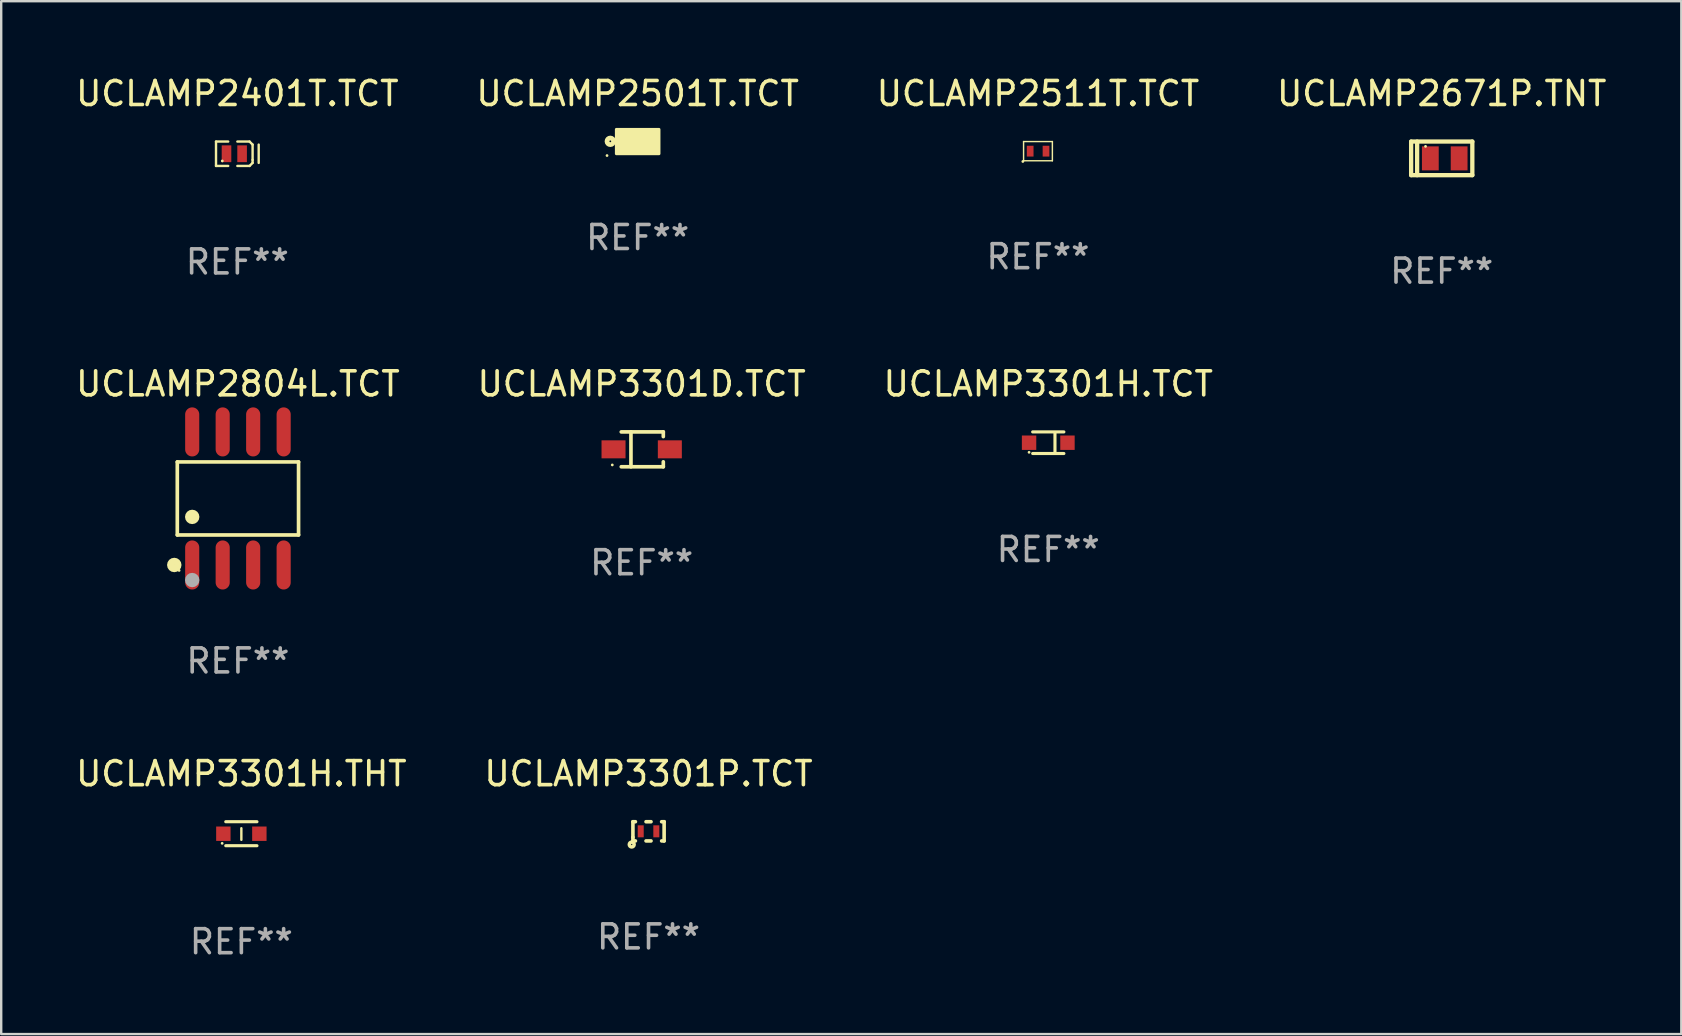
<source format=kicad_pcb>
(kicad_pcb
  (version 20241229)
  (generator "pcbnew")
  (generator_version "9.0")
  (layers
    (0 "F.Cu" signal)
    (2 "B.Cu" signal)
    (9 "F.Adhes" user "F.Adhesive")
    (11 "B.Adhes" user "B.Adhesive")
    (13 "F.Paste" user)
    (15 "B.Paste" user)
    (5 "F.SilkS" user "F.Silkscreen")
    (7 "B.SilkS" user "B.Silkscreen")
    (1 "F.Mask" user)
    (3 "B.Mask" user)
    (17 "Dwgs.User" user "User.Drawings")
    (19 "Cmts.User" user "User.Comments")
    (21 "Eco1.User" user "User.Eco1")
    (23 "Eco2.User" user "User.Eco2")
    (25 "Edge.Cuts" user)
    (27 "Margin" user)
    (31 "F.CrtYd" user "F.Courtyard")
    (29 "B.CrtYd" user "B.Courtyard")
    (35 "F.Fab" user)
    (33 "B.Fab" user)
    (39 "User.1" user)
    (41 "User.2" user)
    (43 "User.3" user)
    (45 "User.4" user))
  (footprint "UCLAMP3301H.TCT"
    (layer "F.Cu")
    (at 40.625 15.395)
    (property "Reference" "UCLAMP3301H.TCT" (at 0 -2.45 0) (layer "F.SilkS") (effects (font (size 1 1) (thickness 0.15))))
    (attr through_hole)
    (fp_line (start -0.65 -0.45) (end 0.65 -0.45) (stroke (width 0.13) (type solid)) (layer "F.SilkS"))
    (fp_line (start -0.65 0.45) (end 0.65 0.45) (stroke (width 0.13) (type solid)) (layer "F.SilkS"))
    (fp_line (start 0.279 -0.406) (end 0.279 0.444) (stroke (width 0.13) (type solid)) (layer "F.SilkS"))
    (fp_circle (center -0.8 0.4) (end -0.77 0.4) (stroke (width 0.06) (type solid)) (fill no) (layer "F.SilkS"))
    (fp_text user "REF**" (at 0 4.45 0) (layer "F.Fab") (effects (font (size 1 1) (thickness 0.15))))
    (pad "1" smd rect (at -0.8 0) (size 0.6 0.6) (layers "F.Cu" "F.Mask" "F.Paste"))
    (pad "2" smd rect (at 0.8 0 180) (size 0.6 0.6) (layers "F.Cu" "F.Mask" "F.Paste")))
  (footprint "UCLAMP2671P.TNT"
    (layer "F.Cu")
    (at 57.018 3.548)
    (property "Reference" "UCLAMP2671P.TNT" (at 0 -2.7 0) (layer "F.SilkS") (effects (font (size 1 1) (thickness 0.15))))
    (attr through_hole)
    (fp_line (start -1.275 -0.7) (end -1.275 0.7) (stroke (width 0.178) (type solid)) (layer "F.SilkS"))
    (fp_line (start -1.275 -0.7) (end 1.275 -0.7) (stroke (width 0.178) (type solid)) (layer "F.SilkS"))
    (fp_line (start -1.275 0.7) (end 1.275 0.7) (stroke (width 0.178) (type solid)) (layer "F.SilkS"))
    (fp_line (start -1.025 -0.7) (end -1.025 0.7) (stroke (width 0.178) (type solid)) (layer "F.SilkS"))
    (fp_line (start 1.275 -0.7) (end 1.275 0.7) (stroke (width 0.178) (type solid)) (layer "F.SilkS"))
    (fp_circle (center -0.675 -0.5) (end -0.645 -0.5) (stroke (width 0.06) (type solid)) (fill no) (layer "F.SilkS"))
    (fp_text user "REF**" (at 0 4.7 0) (layer "F.Fab") (effects (font (size 1 1) (thickness 0.15))))
    (pad "1" smd rect (at -0.475 0 90) (size 1 0.7) (layers "F.Cu" "F.Mask" "F.Paste"))
    (pad "2" smd rect (at 0.725 0 90) (size 1 0.7) (layers "F.Cu" "F.Mask" "F.Paste")))
  (footprint "UCLAMP2511T.TCT"
    (layer "F.Cu")
    (at 40.196 3.248)
    (property "Reference" "UCLAMP2511T.TCT" (at 0 -2.4 0) (layer "F.SilkS") (effects (font (size 1 1) (thickness 0.15))))
    (attr through_hole)
    (fp_line (start -0.6 -0.4) (end 0.6 -0.4) (stroke (width 0.06) (type solid)) (layer "F.SilkS"))
    (fp_line (start -0.6 0.4) (end -0.6 -0.4) (stroke (width 0.06) (type solid)) (layer "F.SilkS"))
    (fp_line (start 0.6 -0.4) (end 0.6 0.4) (stroke (width 0.06) (type solid)) (layer "F.SilkS"))
    (fp_line (start 0.6 0.4) (end -0.6 0.4) (stroke (width 0.06) (type solid)) (layer "F.SilkS"))
    (fp_circle (center -0.63 0.43) (end -0.6 0.43) (stroke (width 0.06) (type solid)) (fill no) (layer "F.SilkS"))
    (fp_text user "REF**" (at 0 4.4 0) (layer "F.Fab") (effects (font (size 1 1) (thickness 0.15))))
    (pad "1" smd rect (at -0.325 0) (size 0.28 0.45) (layers "F.Cu" "F.Mask" "F.Paste"))
    (pad "2" smd rect (at 0.335 0) (size 0.28 0.45) (layers "F.Cu" "F.Mask" "F.Paste")))
  (footprint "UCLAMP3301D.TCT"
    (layer "F.Cu")
    (at 23.685 15.671)
    (property "Reference" "UCLAMP3301D.TCT" (at 0 -2.726 0) (layer "F.SilkS") (effects (font (size 1 1) (thickness 0.15))))
    (attr through_hole)
    (fp_line (start -0.851 -0.726) (end 0.901 -0.726) (stroke (width 0.152) (type solid)) (layer "F.SilkS"))
    (fp_line (start -0.851 0.726) (end 0.901 0.726) (stroke (width 0.152) (type solid)) (layer "F.SilkS"))
    (fp_line (start -0.447 -0.726) (end -0.447 0.726) (stroke (width 0.152) (type solid)) (layer "F.SilkS"))
    (fp_line (start 0.901 -0.726) (end 0.901 -0.53) (stroke (width 0.152) (type solid)) (layer "F.SilkS"))
    (fp_line (start 0.901 0.726) (end 0.901 0.52) (stroke (width 0.152) (type solid)) (layer "F.SilkS"))
    (fp_circle (center -1.225 0.65) (end -1.195 0.65) (stroke (width 0.06) (type solid)) (fill no) (layer "F.SilkS"))
    (fp_text user "REF**" (at 0 4.726 0) (layer "F.Fab") (effects (font (size 1 1) (thickness 0.15))))
    (pad "1" smd rect (at -1.173 0) (size 1 0.75) (layers "F.Cu" "F.Mask" "F.Paste"))
    (pad "2" smd rect (at 1.173 0) (size 1 0.75) (layers "F.Cu" "F.Mask" "F.Paste")))
  (footprint "UCLAMP2401T.TCT"
    (layer "F.Cu")
    (at 6.839 3.356)
    (property "Reference" "UCLAMP2401T.TCT" (at 0 -2.508 0) (layer "F.SilkS") (effects (font (size 1 1) (thickness 0.15))))
    (attr through_hole)
    (fp_line (start -0.889 -0.508) (end -0.889 0.508) (stroke (width 0.1) (type solid)) (layer "F.SilkS"))
    (fp_line (start -0.889 0.508) (end -0.381 0.508) (stroke (width 0.1) (type solid)) (layer "F.SilkS"))
    (fp_line (start -0.381 -0.508) (end -0.889 -0.508) (stroke (width 0.1) (type solid)) (layer "F.SilkS"))
    (fp_line (start 0 -0.508) (end 0.508 -0.508) (stroke (width 0.1) (type solid)) (layer "F.SilkS"))
    (fp_line (start 0.508 -0.508) (end 0.635 -0.381) (stroke (width 0.1) (type solid)) (layer "F.SilkS"))
    (fp_line (start 0.508 0.508) (end 0 0.508) (stroke (width 0.1) (type solid)) (layer "F.SilkS"))
    (fp_line (start 0.635 -0.381) (end 0.635 0.254) (stroke (width 0.1) (type solid)) (layer "F.SilkS"))
    (fp_line (start 0.635 0.254) (end 0.635 0.381) (stroke (width 0.1) (type solid)) (layer "F.SilkS"))
    (fp_line (start 0.635 0.381) (end 0.508 0.508) (stroke (width 0.1) (type solid)) (layer "F.SilkS"))
    (fp_line (start 0.889 -0.381) (end 0.889 0.381) (stroke (width 0.1) (type solid)) (layer "F.SilkS"))
    (fp_circle (center -0.627 0.3) (end -0.597 0.3) (stroke (width 0.06) (type solid)) (fill no) (layer "F.SilkS"))
    (fp_text user "REF**" (at 0 4.508 0) (layer "F.Fab") (effects (font (size 1 1) (thickness 0.15))))
    (pad "1" smd rect (at -0.452 0) (size 0.4 0.7) (layers "F.Cu" "F.Mask" "F.Paste"))
    (pad "2" smd rect (at 0.198 0) (size 0.4 0.7) (layers "F.Cu" "F.Mask" "F.Paste")))
  (footprint "UCLAMP3301H.THT"
    (layer "F.Cu")
    (at 7.006 31.686)
    (property "Reference" "UCLAMP3301H.THT" (at 0 -2.5 0) (layer "F.SilkS") (effects (font (size 1 1) (thickness 0.15))))
    (attr through_hole)
    (fp_line (start -0.65 -0.5) (end 0.65 -0.5) (stroke (width 0.13) (type solid)) (layer "F.SilkS"))
    (fp_line (start -0.65 0.5) (end 0.65 0.5) (stroke (width 0.13) (type solid)) (layer "F.SilkS"))
    (fp_line (start 0 -0.229) (end 0 0.254) (stroke (width 0.1) (type solid)) (layer "F.SilkS"))
    (fp_circle (center -0.8 0.4) (end -0.77 0.4) (stroke (width 0.06) (type solid)) (fill no) (layer "F.SilkS"))
    (fp_text user "REF**" (at 0 4.5 0) (layer "F.Fab") (effects (font (size 1 1) (thickness 0.15))))
    (pad "1" smd rect (at -0.75 0) (size 0.6 0.6) (layers "F.Cu" "F.Mask" "F.Paste"))
    (pad "2" smd rect (at 0.75 0 180) (size 0.6 0.6) (layers "F.Cu" "F.Mask" "F.Paste")))
  (footprint "UCLAMP2501T.TCT"
    (layer "F.Cu")
    (at 23.518 2.848)
    (property "Reference" "UCLAMP2501T.TCT" (at 0 -2 0) (layer "F.SilkS") (effects (font (size 1 1) (thickness 0.15))))
    (attr through_hole)
    (fp_circle (center -1.277 0.583) (end -1.247 0.583) (stroke (width 0.06) (type solid)) (fill no) (layer "F.SilkS"))
    (fp_circle (center -1.14 -0.01) (end -1.103 -0.01) (stroke (width 0.2) (type solid)) (fill no) (layer "F.SilkS"))
    (fp_poly (pts (xy -0.889 -0.508) (xy 0.889 -0.508) (xy 0.889 0.508) (xy -0.889 0.508)) (stroke (width 0.12) (type solid)) (fill yes) (layer "F.SilkS"))
    (fp_text user "REF**" (at 0 4 0) (layer "F.Fab") (effects (font (size 1 1) (thickness 0.15))))
    (pad "1" smd rect (at -0.425 0) (size 0.55 0.6) (layers "F.Cu" "F.Mask" "F.Paste"))
    (pad "2" smd rect (at 0.425 0) (size 0.55 0.6) (layers "F.Cu" "F.Mask" "F.Paste")))
  (footprint "UCLAMP2804L.TCT"
    (layer "F.Cu")
    (at 6.863 17.717)
    (property "Reference" "UCLAMP2804L.TCT" (at 0 -4.772 0) (layer "F.SilkS") (effects (font (size 1 1) (thickness 0.15))))
    (attr through_hole)
    (fp_line (start -2.526 -1.521) (end 2.526 -1.521) (stroke (width 0.152) (type solid)) (layer "F.SilkS"))
    (fp_line (start -2.526 1.521) (end -2.526 -1.521) (stroke (width 0.152) (type solid)) (layer "F.SilkS"))
    (fp_line (start 2.526 -1.521) (end 2.526 1.521) (stroke (width 0.152) (type solid)) (layer "F.SilkS"))
    (fp_line (start 2.526 1.521) (end -2.526 1.521) (stroke (width 0.152) (type solid)) (layer "F.SilkS"))
    (fp_circle (center -2.652 2.772) (end -2.501 2.772) (stroke (width 0.3) (type solid)) (fill no) (layer "F.SilkS"))
    (fp_circle (center -2.45 3) (end -2.42 3) (stroke (width 0.06) (type solid)) (fill no) (layer "F.SilkS"))
    (fp_circle (center -1.905 0.769) (end -1.755 0.769) (stroke (width 0.3) (type solid)) (fill no) (layer "F.SilkS"))
    (fp_circle (center -1.905 3.4) (end -1.755 3.4) (stroke (width 0.3) (type solid)) (fill no) (layer "F.Fab"))
    (fp_text user "REF**" (at 0 6.772 0) (layer "F.Fab") (effects (font (size 1 1) (thickness 0.15))))
    (pad "1" smd oval (at -1.905 2.772) (size 0.588 2.045) (layers "F.Cu" "F.Mask" "F.Paste"))
    (pad "2" smd oval (at -0.635 2.772) (size 0.588 2.045) (layers "F.Cu" "F.Mask" "F.Paste"))
    (pad "3" smd oval (at 0.635 2.772) (size 0.588 2.045) (layers "F.Cu" "F.Mask" "F.Paste"))
    (pad "4" smd oval (at 1.905 2.772) (size 0.588 2.045) (layers "F.Cu" "F.Mask" "F.Paste"))
    (pad "5" smd oval (at 1.905 -2.772) (size 0.588 2.045) (layers "F.Cu" "F.Mask" "F.Paste"))
    (pad "6" smd oval (at 0.635 -2.772) (size 0.588 2.045) (layers "F.Cu" "F.Mask" "F.Paste"))
    (pad "7" smd oval (at -0.635 -2.772) (size 0.588 2.045) (layers "F.Cu" "F.Mask" "F.Paste"))
    (pad "8" smd oval (at -1.905 -2.772) (size 0.588 2.045) (layers "F.Cu" "F.Mask" "F.Paste")))
  (footprint "UCLAMP3301P.TCT"
    (layer "F.Cu")
    (at 23.97 31.586)
    (property "Reference" "UCLAMP3301P.TCT" (at 0 -2.4 0) (layer "F.SilkS") (effects (font (size 1 1) (thickness 0.15))))
    (attr through_hole)
    (fp_line (start -0.65 -0.4) (end -0.65 0.25) (stroke (width 0.15) (type solid)) (layer "F.SilkS"))
    (fp_line (start -0.65 -0.4) (end -0.546 -0.4) (stroke (width 0.15) (type solid)) (layer "F.SilkS"))
    (fp_line (start -0.65 0.25) (end -0.65 0.4) (stroke (width 0.15) (type solid)) (layer "F.SilkS"))
    (fp_line (start -0.65 0.4) (end -0.546 0.4) (stroke (width 0.15) (type solid)) (layer "F.SilkS"))
    (fp_line (start -0.104 -0.4) (end 0.104 -0.4) (stroke (width 0.15) (type solid)) (layer "F.SilkS"))
    (fp_line (start 0.104 0.4) (end -0.104 0.4) (stroke (width 0.15) (type solid)) (layer "F.SilkS"))
    (fp_line (start 0.546 -0.4) (end 0.65 -0.4) (stroke (width 0.15) (type solid)) (layer "F.SilkS"))
    (fp_line (start 0.65 -0.4) (end 0.65 0.4) (stroke (width 0.15) (type solid)) (layer "F.SilkS"))
    (fp_line (start 0.65 0.4) (end 0.546 0.4) (stroke (width 0.15) (type solid)) (layer "F.SilkS"))
    (fp_circle (center -0.7 0.55) (end -0.675 0.55) (stroke (width 0.15) (type solid)) (fill no) (layer "F.SilkS"))
    (fp_text user "REF**" (at 0 4.4 0) (layer "F.Fab") (effects (font (size 1 1) (thickness 0.15))))
    (pad "1" smd rect (at -0.325 0) (size 0.25 0.5) (layers "F.Cu" "F.Mask" "F.Paste"))
    (pad "2" smd rect (at 0.325 0) (size 0.25 0.5) (layers "F.Cu" "F.Mask" "F.Paste")))
  (gr_rect
    (start -3 -3)
    (end 67 40.034)
    (stroke (width 0.1) (type default))
    (fill no)
    (layer "Edge.Cuts")))
</source>
